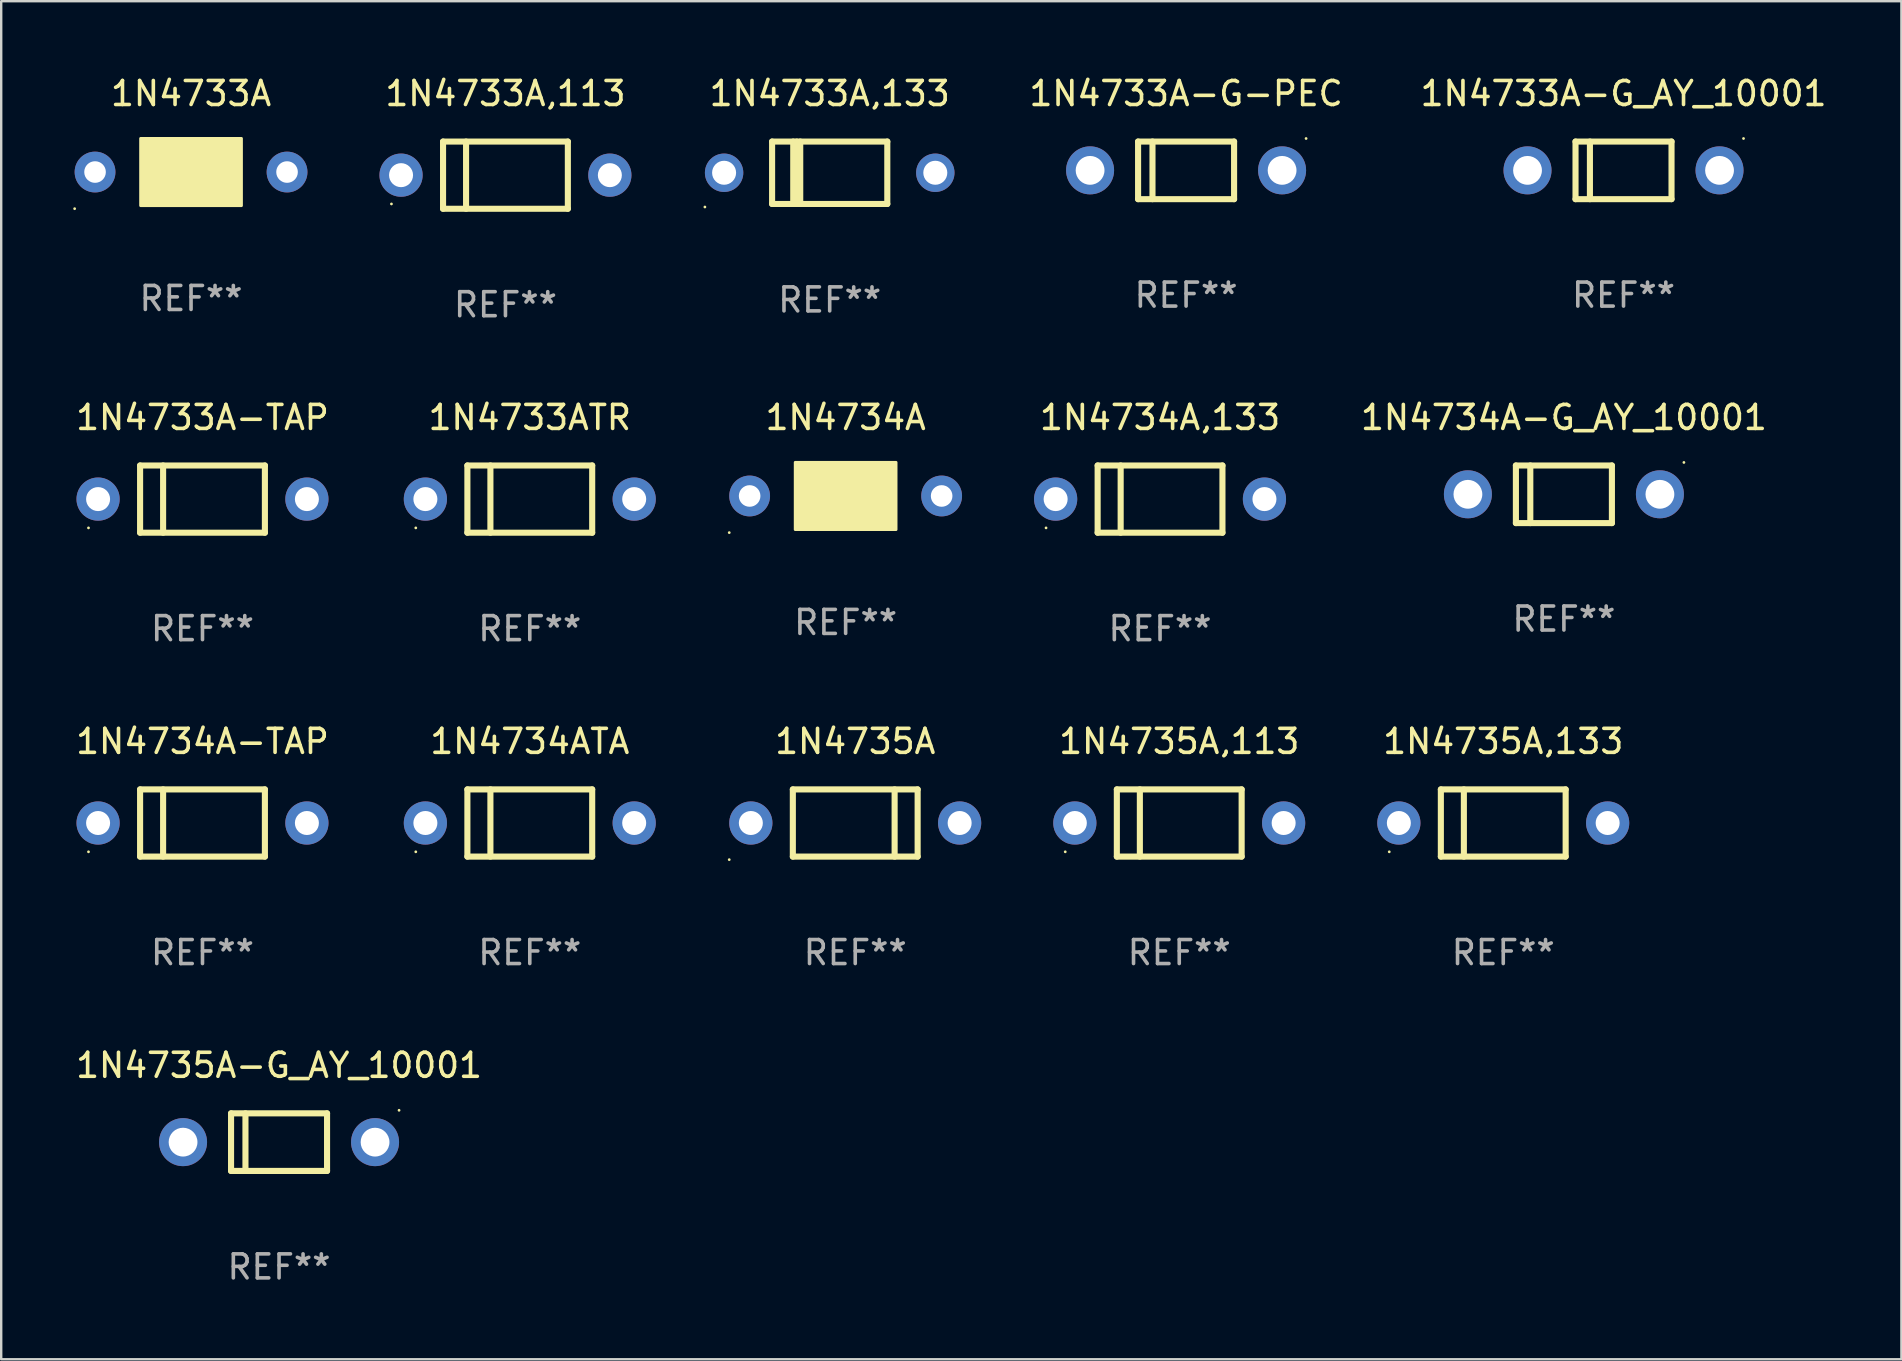
<source format=kicad_pcb>
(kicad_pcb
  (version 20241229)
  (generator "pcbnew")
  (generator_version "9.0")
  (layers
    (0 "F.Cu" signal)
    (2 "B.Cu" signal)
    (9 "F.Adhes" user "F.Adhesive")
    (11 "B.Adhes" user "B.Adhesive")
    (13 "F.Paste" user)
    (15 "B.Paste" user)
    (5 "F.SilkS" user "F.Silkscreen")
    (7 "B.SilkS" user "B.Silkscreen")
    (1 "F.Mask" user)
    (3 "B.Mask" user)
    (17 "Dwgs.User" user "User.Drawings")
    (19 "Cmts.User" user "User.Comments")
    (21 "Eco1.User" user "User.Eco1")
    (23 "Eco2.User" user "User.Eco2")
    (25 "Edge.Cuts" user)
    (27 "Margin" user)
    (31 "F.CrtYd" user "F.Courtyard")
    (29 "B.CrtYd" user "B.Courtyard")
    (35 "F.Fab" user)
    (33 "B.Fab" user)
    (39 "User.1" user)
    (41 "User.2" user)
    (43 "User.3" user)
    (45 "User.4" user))
  (footprint "1N4735A-G_AY_10001"
    (layer "F.Cu")
    (at 8.577 44.538)
    (property "Reference" "1N4735A-G_AY_10001" (at 0 -3.2 0) (layer "F.SilkS") (effects (font (size 1 1) (thickness 0.15))))
    (attr through_hole)
    (fp_line (start -2 -1.2) (end 2 -1.2) (stroke (width 0.254) (type solid)) (layer "F.SilkS"))
    (fp_line (start -2 1.2) (end -2 -1.2) (stroke (width 0.254) (type solid)) (layer "F.SilkS"))
    (fp_line (start -1.4 -1.2) (end -1.4 1.2) (stroke (width 0.254) (type solid)) (layer "F.SilkS"))
    (fp_line (start 2 -1.2) (end 2 1.2) (stroke (width 0.254) (type solid)) (layer "F.SilkS"))
    (fp_line (start 2 1.2) (end -2 1.2) (stroke (width 0.254) (type solid)) (layer "F.SilkS"))
    (fp_circle (center 5 -1.327) (end 5.03 -1.327) (stroke (width 0.06) (type solid)) (fill no) (layer "F.SilkS"))
    (fp_text user "REF**" (at 0 5.2 0) (layer "F.Fab") (effects (font (size 1 1) (thickness 0.15))))
    (pad "1" thru_hole circle (at -4 0) (size 2 2) (drill 1.2) (layers "*.Cu" "*.Mask"))
    (pad "2" thru_hole circle (at 4 0) (size 2 2) (drill 1.2) (layers "*.Cu" "*.Mask")))
  (footprint "1N4734ATA"
    (layer "F.Cu")
    (at 19.024 31.241)
    (property "Reference" "1N4734ATA" (at 0 -3.4 0) (layer "F.SilkS") (effects (font (size 1 1) (thickness 0.15))))
    (attr through_hole)
    (fp_line (start -2.6 -1.4) (end -2.6 1.4) (stroke (width 0.254) (type solid)) (layer "F.SilkS"))
    (fp_line (start -2.6 -1.4) (end 2.6 -1.4) (stroke (width 0.254) (type solid)) (layer "F.SilkS"))
    (fp_line (start -2.6 1.4) (end 2.6 1.4) (stroke (width 0.254) (type solid)) (layer "F.SilkS"))
    (fp_line (start -1.641 -1.4) (end -1.641 1.4) (stroke (width 0.254) (type solid)) (layer "F.SilkS"))
    (fp_line (start 2.6 -1.4) (end 2.6 1.4) (stroke (width 0.254) (type solid)) (layer "F.SilkS"))
    (fp_circle (center -4.75 1.2) (end -4.72 1.2) (stroke (width 0.06) (type solid)) (fill no) (layer "F.SilkS"))
    (fp_text user "REF**" (at 0 5.4 0) (layer "F.Fab") (effects (font (size 1 1) (thickness 0.15))))
    (pad "1" thru_hole circle (at -4.35 0) (size 1.8 1.8) (drill 1) (layers "*.Cu" "*.Mask"))
    (pad "2" thru_hole circle (at 4.35 0) (size 1.8 1.8) (drill 1) (layers "*.Cu" "*.Mask")))
  (footprint "1N4733A-TAP"
    (layer "F.Cu")
    (at 5.387 17.745)
    (property "Reference" "1N4733A-TAP" (at 0 -3.4 0) (layer "F.SilkS") (effects (font (size 1 1) (thickness 0.15))))
    (attr through_hole)
    (fp_line (start -2.6 -1.4) (end -2.6 1.4) (stroke (width 0.254) (type solid)) (layer "F.SilkS"))
    (fp_line (start -2.6 -1.4) (end 2.6 -1.4) (stroke (width 0.254) (type solid)) (layer "F.SilkS"))
    (fp_line (start -2.6 1.4) (end 2.6 1.4) (stroke (width 0.254) (type solid)) (layer "F.SilkS"))
    (fp_line (start -1.641 -1.4) (end -1.641 1.4) (stroke (width 0.254) (type solid)) (layer "F.SilkS"))
    (fp_line (start 2.6 -1.4) (end 2.6 1.4) (stroke (width 0.254) (type solid)) (layer "F.SilkS"))
    (fp_circle (center -4.75 1.2) (end -4.72 1.2) (stroke (width 0.06) (type solid)) (fill no) (layer "F.SilkS"))
    (fp_text user "REF**" (at 0 5.4 0) (layer "F.Fab") (effects (font (size 1 1) (thickness 0.15))))
    (pad "1" thru_hole circle (at -4.35 0) (size 1.8 1.8) (drill 1) (layers "*.Cu" "*.Mask"))
    (pad "2" thru_hole circle (at 4.35 0) (size 1.8 1.8) (drill 1) (layers "*.Cu" "*.Mask")))
  (footprint "1N4733A,133"
    (layer "F.Cu")
    (at 31.52 4.148)
    (property "Reference" "1N4733A,133" (at 0 -3.3 0) (layer "F.SilkS") (effects (font (size 1 1) (thickness 0.15))))
    (attr through_hole)
    (fp_line (start -2.4 -1.3) (end -2.4 1.3) (stroke (width 0.254) (type solid)) (layer "F.SilkS"))
    (fp_line (start -2.4 -1.3) (end 2.4 -1.3) (stroke (width 0.254) (type solid)) (layer "F.SilkS"))
    (fp_line (start -2.4 1.3) (end 2.4 1.3) (stroke (width 0.254) (type solid)) (layer "F.SilkS"))
    (fp_line (start -1.519 -1.3) (end -1.519 1.3) (stroke (width 0.254) (type solid)) (layer "F.SilkS"))
    (fp_line (start -1.374 -1.3) (end -1.374 1.3) (stroke (width 0.254) (type solid)) (layer "F.SilkS"))
    (fp_line (start -1.228 -1.3) (end -1.228 1.3) (stroke (width 0.254) (type solid)) (layer "F.SilkS"))
    (fp_line (start 2.4 -1.3) (end 2.4 1.3) (stroke (width 0.254) (type solid)) (layer "F.SilkS"))
    (fp_circle (center -5.2 1.427) (end -5.17 1.427) (stroke (width 0.06) (type solid)) (fill no) (layer "F.SilkS"))
    (fp_text user "REF**" (at 0 5.3 0) (layer "F.Fab") (effects (font (size 1 1) (thickness 0.15))))
    (pad "1" thru_hole circle (at -4.4 0.000013) (size 1.6 1.6) (drill 1) (layers "*.Cu" "*.Mask"))
    (pad "2" thru_hole circle (at 4.4 0.000013) (size 1.6 1.6) (drill 1) (layers "*.Cu" "*.Mask")))
  (footprint "1N4733A-G_AY_10001"
    (layer "F.Cu")
    (at 64.595 4.048)
    (property "Reference" "1N4733A-G_AY_10001" (at 0 -3.2 0) (layer "F.SilkS") (effects (font (size 1 1) (thickness 0.15))))
    (attr through_hole)
    (fp_line (start -2 -1.2) (end 2 -1.2) (stroke (width 0.254) (type solid)) (layer "F.SilkS"))
    (fp_line (start -2 1.2) (end -2 -1.2) (stroke (width 0.254) (type solid)) (layer "F.SilkS"))
    (fp_line (start -1.4 -1.2) (end -1.4 1.2) (stroke (width 0.254) (type solid)) (layer "F.SilkS"))
    (fp_line (start 2 -1.2) (end 2 1.2) (stroke (width 0.254) (type solid)) (layer "F.SilkS"))
    (fp_line (start 2 1.2) (end -2 1.2) (stroke (width 0.254) (type solid)) (layer "F.SilkS"))
    (fp_circle (center 5 -1.327) (end 5.03 -1.327) (stroke (width 0.06) (type solid)) (fill no) (layer "F.SilkS"))
    (fp_text user "REF**" (at 0 5.2 0) (layer "F.Fab") (effects (font (size 1 1) (thickness 0.15))))
    (pad "1" thru_hole circle (at -4 0) (size 2 2) (drill 1.2) (layers "*.Cu" "*.Mask"))
    (pad "2" thru_hole circle (at 4 0) (size 2 2) (drill 1.2) (layers "*.Cu" "*.Mask")))
  (footprint "1N4734A"
    (layer "F.Cu")
    (at 32.184 17.615)
    (property "Reference" "1N4734A" (at 0 -3.27 0) (layer "F.SilkS") (effects (font (size 1 1) (thickness 0.15))))
    (attr through_hole)
    (fp_line (start 1.27 -1.27) (end 1.27 1.27) (stroke (width 0.229) (type solid)) (layer "F.SilkS"))
    (fp_circle (center -4.85 1.527) (end -4.82 1.527) (stroke (width 0.06) (type solid)) (fill no) (layer "F.SilkS"))
    (fp_poly (pts (xy -2.1 -1.4) (xy 2.1 -1.4) (xy 2.1 1.4) (xy -2.1 1.4)) (stroke (width 0.12) (type solid)) (fill yes) (layer "F.SilkS"))
    (fp_text user "REF**" (at 0 5.27 0) (layer "F.Fab") (effects (font (size 1 1) (thickness 0.15))))
    (pad "1" thru_hole circle (at -4 0) (size 1.7 1.7) (drill 0.9) (layers "*.Cu" "*.Mask"))
    (pad "2" thru_hole circle (at 4 0) (size 1.7 1.7) (drill 0.9) (layers "*.Cu" "*.Mask")))
  (footprint "1N4735A,133"
    (layer "F.Cu")
    (at 59.584 31.241)
    (property "Reference" "1N4735A,133" (at 0 -3.4 0) (layer "F.SilkS") (effects (font (size 1 1) (thickness 0.15))))
    (attr through_hole)
    (fp_line (start -2.6 -1.4) (end -2.6 1.4) (stroke (width 0.254) (type solid)) (layer "F.SilkS"))
    (fp_line (start -2.6 -1.4) (end 2.6 -1.4) (stroke (width 0.254) (type solid)) (layer "F.SilkS"))
    (fp_line (start -2.6 1.4) (end 2.6 1.4) (stroke (width 0.254) (type solid)) (layer "F.SilkS"))
    (fp_line (start -1.641 -1.4) (end -1.641 1.4) (stroke (width 0.254) (type solid)) (layer "F.SilkS"))
    (fp_line (start 2.6 -1.4) (end 2.6 1.4) (stroke (width 0.254) (type solid)) (layer "F.SilkS"))
    (fp_circle (center -4.75 1.2) (end -4.72 1.2) (stroke (width 0.06) (type solid)) (fill no) (layer "F.SilkS"))
    (fp_text user "REF**" (at 0 5.4 0) (layer "F.Fab") (effects (font (size 1 1) (thickness 0.15))))
    (pad "1" thru_hole circle (at -4.35 0) (size 1.8 1.8) (drill 1) (layers "*.Cu" "*.Mask"))
    (pad "2" thru_hole circle (at 4.35 0) (size 1.8 1.8) (drill 1) (layers "*.Cu" "*.Mask")))
  (footprint "1N4733A,113"
    (layer "F.Cu")
    (at 18.01 4.248)
    (property "Reference" "1N4733A,113" (at 0 -3.4 0) (layer "F.SilkS") (effects (font (size 1 1) (thickness 0.15))))
    (attr through_hole)
    (fp_line (start -2.6 -1.4) (end -2.6 1.4) (stroke (width 0.254) (type solid)) (layer "F.SilkS"))
    (fp_line (start -2.6 -1.4) (end 2.6 -1.4) (stroke (width 0.254) (type solid)) (layer "F.SilkS"))
    (fp_line (start -2.6 1.4) (end 2.6 1.4) (stroke (width 0.254) (type solid)) (layer "F.SilkS"))
    (fp_line (start -1.641 -1.4) (end -1.641 1.4) (stroke (width 0.254) (type solid)) (layer "F.SilkS"))
    (fp_line (start 2.6 -1.4) (end 2.6 1.4) (stroke (width 0.254) (type solid)) (layer "F.SilkS"))
    (fp_circle (center -4.75 1.2) (end -4.72 1.2) (stroke (width 0.06) (type solid)) (fill no) (layer "F.SilkS"))
    (fp_text user "REF**" (at 0 5.4 0) (layer "F.Fab") (effects (font (size 1 1) (thickness 0.15))))
    (pad "1" thru_hole circle (at -4.35 0) (size 1.8 1.8) (drill 1) (layers "*.Cu" "*.Mask"))
    (pad "2" thru_hole circle (at 4.35 0) (size 1.8 1.8) (drill 1) (layers "*.Cu" "*.Mask")))
  (footprint "1N4734A-TAP"
    (layer "F.Cu")
    (at 5.387 31.241)
    (property "Reference" "1N4734A-TAP" (at 0 -3.4 0) (layer "F.SilkS") (effects (font (size 1 1) (thickness 0.15))))
    (attr through_hole)
    (fp_line (start -2.6 -1.4) (end -2.6 1.4) (stroke (width 0.254) (type solid)) (layer "F.SilkS"))
    (fp_line (start -2.6 -1.4) (end 2.6 -1.4) (stroke (width 0.254) (type solid)) (layer "F.SilkS"))
    (fp_line (start -2.6 1.4) (end 2.6 1.4) (stroke (width 0.254) (type solid)) (layer "F.SilkS"))
    (fp_line (start -1.641 -1.4) (end -1.641 1.4) (stroke (width 0.254) (type solid)) (layer "F.SilkS"))
    (fp_line (start 2.6 -1.4) (end 2.6 1.4) (stroke (width 0.254) (type solid)) (layer "F.SilkS"))
    (fp_circle (center -4.75 1.2) (end -4.72 1.2) (stroke (width 0.06) (type solid)) (fill no) (layer "F.SilkS"))
    (fp_text user "REF**" (at 0 5.4 0) (layer "F.Fab") (effects (font (size 1 1) (thickness 0.15))))
    (pad "1" thru_hole circle (at -4.35 0) (size 1.8 1.8) (drill 1) (layers "*.Cu" "*.Mask"))
    (pad "2" thru_hole circle (at 4.35 0) (size 1.8 1.8) (drill 1) (layers "*.Cu" "*.Mask")))
  (footprint "1N4734A-G_AY_10001"
    (layer "F.Cu")
    (at 62.111 17.545)
    (property "Reference" "1N4734A-G_AY_10001" (at 0 -3.2 0) (layer "F.SilkS") (effects (font (size 1 1) (thickness 0.15))))
    (attr through_hole)
    (fp_line (start -2 -1.2) (end 2 -1.2) (stroke (width 0.254) (type solid)) (layer "F.SilkS"))
    (fp_line (start -2 1.2) (end -2 -1.2) (stroke (width 0.254) (type solid)) (layer "F.SilkS"))
    (fp_line (start -1.4 -1.2) (end -1.4 1.2) (stroke (width 0.254) (type solid)) (layer "F.SilkS"))
    (fp_line (start 2 -1.2) (end 2 1.2) (stroke (width 0.254) (type solid)) (layer "F.SilkS"))
    (fp_line (start 2 1.2) (end -2 1.2) (stroke (width 0.254) (type solid)) (layer "F.SilkS"))
    (fp_circle (center 5 -1.327) (end 5.03 -1.327) (stroke (width 0.06) (type solid)) (fill no) (layer "F.SilkS"))
    (fp_text user "REF**" (at 0 5.2 0) (layer "F.Fab") (effects (font (size 1 1) (thickness 0.15))))
    (pad "1" thru_hole circle (at -4 0) (size 2 2) (drill 1.2) (layers "*.Cu" "*.Mask"))
    (pad "2" thru_hole circle (at 4 0) (size 2 2) (drill 1.2) (layers "*.Cu" "*.Mask")))
  (footprint "1N4735A"
    (layer "F.Cu")
    (at 32.584 31.241)
    (property "Reference" "1N4735A" (at 0 -3.4 0) (layer "F.SilkS") (effects (font (size 1 1) (thickness 0.15))))
    (attr through_hole)
    (fp_line (start -2.6 1.4) (end -2.6 -1.4) (stroke (width 0.254) (type solid)) (layer "F.SilkS"))
    (fp_line (start 1.641 1.4) (end 1.641 -1.4) (stroke (width 0.254) (type solid)) (layer "F.SilkS"))
    (fp_line (start 2.6 -1.4) (end -2.6 -1.4) (stroke (width 0.254) (type solid)) (layer "F.SilkS"))
    (fp_line (start 2.6 1.4) (end -2.6 1.4) (stroke (width 0.254) (type solid)) (layer "F.SilkS"))
    (fp_line (start 2.6 1.4) (end 2.6 -1.4) (stroke (width 0.254) (type solid)) (layer "F.SilkS"))
    (fp_circle (center -5.25 1.527) (end -5.22 1.527) (stroke (width 0.06) (type solid)) (fill no) (layer "F.SilkS"))
    (fp_text user "REF**" (at 0 5.4 0) (layer "F.Fab") (effects (font (size 1 1) (thickness 0.15))))
    (pad "1" thru_hole circle (at -4.35 0) (size 1.8 1.8) (drill 1) (layers "*.Cu" "*.Mask"))
    (pad "2" thru_hole circle (at 4.35 0) (size 1.8 1.8) (drill 1) (layers "*.Cu" "*.Mask")))
  (footprint "1N4735A,113"
    (layer "F.Cu")
    (at 46.084 31.241)
    (property "Reference" "1N4735A,113" (at 0 -3.4 0) (layer "F.SilkS") (effects (font (size 1 1) (thickness 0.15))))
    (attr through_hole)
    (fp_line (start -2.6 -1.4) (end -2.6 1.4) (stroke (width 0.254) (type solid)) (layer "F.SilkS"))
    (fp_line (start -2.6 -1.4) (end 2.6 -1.4) (stroke (width 0.254) (type solid)) (layer "F.SilkS"))
    (fp_line (start -2.6 1.4) (end 2.6 1.4) (stroke (width 0.254) (type solid)) (layer "F.SilkS"))
    (fp_line (start -1.641 -1.4) (end -1.641 1.4) (stroke (width 0.254) (type solid)) (layer "F.SilkS"))
    (fp_line (start 2.6 -1.4) (end 2.6 1.4) (stroke (width 0.254) (type solid)) (layer "F.SilkS"))
    (fp_circle (center -4.75 1.2) (end -4.72 1.2) (stroke (width 0.06) (type solid)) (fill no) (layer "F.SilkS"))
    (fp_text user "REF**" (at 0 5.4 0) (layer "F.Fab") (effects (font (size 1 1) (thickness 0.15))))
    (pad "1" thru_hole circle (at -4.35 0) (size 1.8 1.8) (drill 1) (layers "*.Cu" "*.Mask"))
    (pad "2" thru_hole circle (at 4.35 0) (size 1.8 1.8) (drill 1) (layers "*.Cu" "*.Mask")))
  (footprint "1N4733A"
    (layer "F.Cu")
    (at 4.91 4.118)
    (property "Reference" "1N4733A" (at 0 -3.27 0) (layer "F.SilkS") (effects (font (size 1 1) (thickness 0.15))))
    (attr through_hole)
    (fp_line (start 1.27 -1.27) (end 1.27 1.27) (stroke (width 0.229) (type solid)) (layer "F.SilkS"))
    (fp_circle (center -4.85 1.527) (end -4.82 1.527) (stroke (width 0.06) (type solid)) (fill no) (layer "F.SilkS"))
    (fp_poly (pts (xy -2.1 -1.4) (xy 2.1 -1.4) (xy 2.1 1.4) (xy -2.1 1.4)) (stroke (width 0.12) (type solid)) (fill yes) (layer "F.SilkS"))
    (fp_text user "REF**" (at 0 5.27 0) (layer "F.Fab") (effects (font (size 1 1) (thickness 0.15))))
    (pad "1" thru_hole circle (at -4 0) (size 1.7 1.7) (drill 0.9) (layers "*.Cu" "*.Mask"))
    (pad "2" thru_hole circle (at 4 0) (size 1.7 1.7) (drill 0.9) (layers "*.Cu" "*.Mask")))
  (footprint "1N4733A-G-PEC"
    (layer "F.Cu")
    (at 46.369 4.048)
    (property "Reference" "1N4733A-G-PEC" (at 0 -3.2 0) (layer "F.SilkS") (effects (font (size 1 1) (thickness 0.15))))
    (attr through_hole)
    (fp_line (start -2 -1.2) (end 2 -1.2) (stroke (width 0.254) (type solid)) (layer "F.SilkS"))
    (fp_line (start -2 1.2) (end -2 -1.2) (stroke (width 0.254) (type solid)) (layer "F.SilkS"))
    (fp_line (start -1.4 -1.2) (end -1.4 1.2) (stroke (width 0.254) (type solid)) (layer "F.SilkS"))
    (fp_line (start 2 -1.2) (end 2 1.2) (stroke (width 0.254) (type solid)) (layer "F.SilkS"))
    (fp_line (start 2 1.2) (end -2 1.2) (stroke (width 0.254) (type solid)) (layer "F.SilkS"))
    (fp_circle (center 5 -1.327) (end 5.03 -1.327) (stroke (width 0.06) (type solid)) (fill no) (layer "F.SilkS"))
    (fp_text user "REF**" (at 0 5.2 0) (layer "F.Fab") (effects (font (size 1 1) (thickness 0.15))))
    (pad "1" thru_hole circle (at -4 0) (size 2 2) (drill 1.2) (layers "*.Cu" "*.Mask"))
    (pad "2" thru_hole circle (at 4 0) (size 2 2) (drill 1.2) (layers "*.Cu" "*.Mask")))
  (footprint "1N4734A,133"
    (layer "F.Cu")
    (at 45.284 17.745)
    (property "Reference" "1N4734A,133" (at 0 -3.4 0) (layer "F.SilkS") (effects (font (size 1 1) (thickness 0.15))))
    (attr through_hole)
    (fp_line (start -2.6 -1.4) (end -2.6 1.4) (stroke (width 0.254) (type solid)) (layer "F.SilkS"))
    (fp_line (start -2.6 -1.4) (end 2.6 -1.4) (stroke (width 0.254) (type solid)) (layer "F.SilkS"))
    (fp_line (start -2.6 1.4) (end 2.6 1.4) (stroke (width 0.254) (type solid)) (layer "F.SilkS"))
    (fp_line (start -1.641 -1.4) (end -1.641 1.4) (stroke (width 0.254) (type solid)) (layer "F.SilkS"))
    (fp_line (start 2.6 -1.4) (end 2.6 1.4) (stroke (width 0.254) (type solid)) (layer "F.SilkS"))
    (fp_circle (center -4.75 1.2) (end -4.72 1.2) (stroke (width 0.06) (type solid)) (fill no) (layer "F.SilkS"))
    (fp_text user "REF**" (at 0 5.4 0) (layer "F.Fab") (effects (font (size 1 1) (thickness 0.15))))
    (pad "1" thru_hole circle (at -4.35 0) (size 1.8 1.8) (drill 1) (layers "*.Cu" "*.Mask"))
    (pad "2" thru_hole circle (at 4.35 0) (size 1.8 1.8) (drill 1) (layers "*.Cu" "*.Mask")))
  (footprint "1N4733ATR"
    (layer "F.Cu")
    (at 19.024 17.745)
    (property "Reference" "1N4733ATR" (at 0 -3.4 0) (layer "F.SilkS") (effects (font (size 1 1) (thickness 0.15))))
    (attr through_hole)
    (fp_line (start -2.6 -1.4) (end -2.6 1.4) (stroke (width 0.254) (type solid)) (layer "F.SilkS"))
    (fp_line (start -2.6 -1.4) (end 2.6 -1.4) (stroke (width 0.254) (type solid)) (layer "F.SilkS"))
    (fp_line (start -2.6 1.4) (end 2.6 1.4) (stroke (width 0.254) (type solid)) (layer "F.SilkS"))
    (fp_line (start -1.641 -1.4) (end -1.641 1.4) (stroke (width 0.254) (type solid)) (layer "F.SilkS"))
    (fp_line (start 2.6 -1.4) (end 2.6 1.4) (stroke (width 0.254) (type solid)) (layer "F.SilkS"))
    (fp_circle (center -4.75 1.2) (end -4.72 1.2) (stroke (width 0.06) (type solid)) (fill no) (layer "F.SilkS"))
    (fp_text user "REF**" (at 0 5.4 0) (layer "F.Fab") (effects (font (size 1 1) (thickness 0.15))))
    (pad "1" thru_hole circle (at -4.35 0) (size 1.8 1.8) (drill 1) (layers "*.Cu" "*.Mask"))
    (pad "2" thru_hole circle (at 4.35 0) (size 1.8 1.8) (drill 1) (layers "*.Cu" "*.Mask")))
  (gr_rect
    (start -3 -3)
    (end 76.173 53.586)
    (stroke (width 0.1) (type default))
    (fill no)
    (layer "Edge.Cuts")))
</source>
